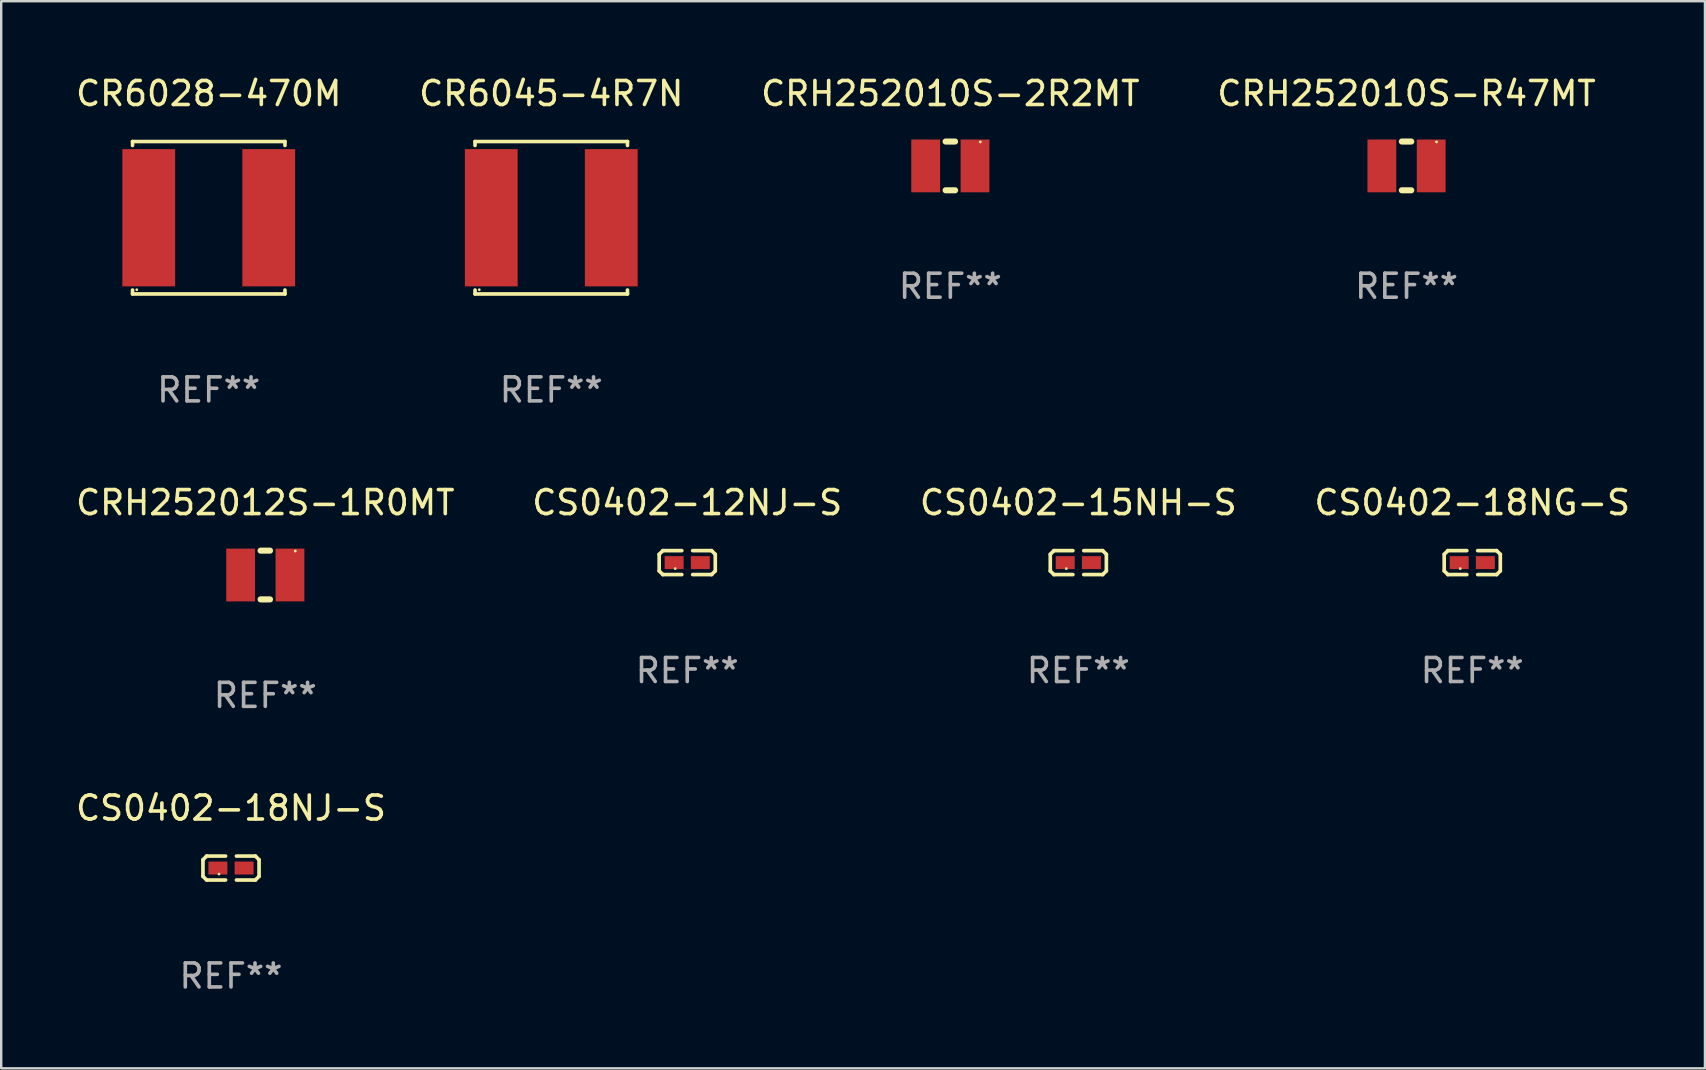
<source format=kicad_pcb>
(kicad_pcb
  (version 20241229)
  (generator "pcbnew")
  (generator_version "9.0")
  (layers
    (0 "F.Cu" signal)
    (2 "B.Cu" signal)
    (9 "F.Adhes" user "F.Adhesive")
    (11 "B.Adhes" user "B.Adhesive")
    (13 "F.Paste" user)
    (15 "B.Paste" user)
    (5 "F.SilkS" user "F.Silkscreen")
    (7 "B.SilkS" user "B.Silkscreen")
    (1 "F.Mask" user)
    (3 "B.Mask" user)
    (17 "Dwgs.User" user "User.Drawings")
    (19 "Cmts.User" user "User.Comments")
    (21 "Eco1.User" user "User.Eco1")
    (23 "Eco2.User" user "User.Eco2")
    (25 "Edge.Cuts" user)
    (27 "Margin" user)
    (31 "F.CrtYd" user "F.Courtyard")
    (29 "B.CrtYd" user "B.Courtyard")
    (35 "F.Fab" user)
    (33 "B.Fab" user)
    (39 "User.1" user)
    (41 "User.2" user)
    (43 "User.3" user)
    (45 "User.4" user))
  (footprint "CRH252010S-2R2MT"
    (layer "F.Cu")
    (at 36.554 3.864)
    (property "Reference" "CRH252010S-2R2MT" (at 0 -3.016 0) (layer "F.SilkS") (effects (font (size 1 1) (thickness 0.15))))
    (attr through_hole)
    (fp_line (start -0.197 1.016) (end 0.197 1.016) (stroke (width 0.254) (type solid)) (layer "F.SilkS"))
    (fp_line (start 0.197 -1.016) (end -0.197 -1.016) (stroke (width 0.254) (type solid)) (layer "F.SilkS"))
    (fp_circle (center 1.25 -1) (end 1.28 -1) (stroke (width 0.06) (type solid)) (fill no) (layer "F.SilkS"))
    (fp_text user "REF**" (at 0 5.016 0) (layer "F.Fab") (effects (font (size 1 1) (thickness 0.15))))
    (pad "1" smd rect (at 1.028 0) (size 1.2 2.2) (layers "F.Cu" "F.Mask" "F.Paste"))
    (pad "2" smd rect (at -1.028 0) (size 1.2 2.2) (layers "F.Cu" "F.Mask" "F.Paste")))
  (footprint "CR6045-4R7N"
    (layer "F.Cu")
    (at 19.923 6.024)
    (property "Reference" "CR6045-4R7N" (at 0 -5.176 0) (layer "F.SilkS") (effects (font (size 1 1) (thickness 0.15))))
    (attr through_hole)
    (fp_line (start -3.176 -3.176) (end 3.176 -3.176) (stroke (width 0.152) (type solid)) (layer "F.SilkS"))
    (fp_line (start -3.176 -3.012) (end -3.176 -3.176) (stroke (width 0.152) (type solid)) (layer "F.SilkS"))
    (fp_line (start -3.176 3.012) (end -3.176 3.176) (stroke (width 0.152) (type solid)) (layer "F.SilkS"))
    (fp_line (start -3.176 3.176) (end 3.176 3.176) (stroke (width 0.152) (type solid)) (layer "F.SilkS"))
    (fp_line (start 3.176 -3.176) (end 3.176 -3.012) (stroke (width 0.152) (type solid)) (layer "F.SilkS"))
    (fp_line (start 3.176 3.176) (end 3.176 3.012) (stroke (width 0.152) (type solid)) (layer "F.SilkS"))
    (fp_circle (center -3 3) (end -2.97 3) (stroke (width 0.06) (type solid)) (fill no) (layer "F.SilkS"))
    (fp_text user "REF**" (at 0 7.176 0) (layer "F.Fab") (effects (font (size 1 1) (thickness 0.15))))
    (pad "1" smd rect (at -2.5 0) (size 2.2 5.72) (layers "F.Cu" "F.Mask" "F.Paste"))
    (pad "2" smd rect (at 2.5 0) (size 2.2 5.72) (layers "F.Cu" "F.Mask" "F.Paste")))
  (footprint "CRH252012S-1R0MT"
    (layer "F.Cu")
    (at 8.006 20.913)
    (property "Reference" "CRH252012S-1R0MT" (at 0 -3.016 0) (layer "F.SilkS") (effects (font (size 1 1) (thickness 0.15))))
    (attr through_hole)
    (fp_line (start -0.197 1.016) (end 0.197 1.016) (stroke (width 0.254) (type solid)) (layer "F.SilkS"))
    (fp_line (start 0.197 -1.016) (end -0.197 -1.016) (stroke (width 0.254) (type solid)) (layer "F.SilkS"))
    (fp_circle (center 1.25 -1) (end 1.28 -1) (stroke (width 0.06) (type solid)) (fill no) (layer "F.SilkS"))
    (fp_text user "REF**" (at 0 5.016 0) (layer "F.Fab") (effects (font (size 1 1) (thickness 0.15))))
    (pad "1" smd rect (at 1.028 0) (size 1.2 2.2) (layers "F.Cu" "F.Mask" "F.Paste"))
    (pad "2" smd rect (at -1.028 0) (size 1.2 2.2) (layers "F.Cu" "F.Mask" "F.Paste")))
  (footprint "CS0402-15NH-S"
    (layer "F.Cu")
    (at 41.887 20.396)
    (property "Reference" "CS0402-15NH-S" (at 0 -2.499 0) (layer "F.SilkS") (effects (font (size 1 1) (thickness 0.15))))
    (attr through_hole)
    (fp_line (start -1.169 -0.346) (end -1.016 -0.499) (stroke (width 0.152) (type solid)) (layer "F.SilkS"))
    (fp_line (start -1.169 0.346) (end -1.169 -0.346) (stroke (width 0.152) (type solid)) (layer "F.SilkS"))
    (fp_line (start -1.016 -0.499) (end -0.226 -0.499) (stroke (width 0.152) (type solid)) (layer "F.SilkS"))
    (fp_line (start -1.016 0.499) (end -1.169 0.346) (stroke (width 0.152) (type solid)) (layer "F.SilkS"))
    (fp_line (start -0.226 0.499) (end -1.016 0.499) (stroke (width 0.152) (type solid)) (layer "F.SilkS"))
    (fp_line (start 0.226 0.499) (end 1.016 0.499) (stroke (width 0.152) (type solid)) (layer "F.SilkS"))
    (fp_line (start 1.016 -0.499) (end 0.226 -0.499) (stroke (width 0.152) (type solid)) (layer "F.SilkS"))
    (fp_line (start 1.016 0.499) (end 1.169 0.346) (stroke (width 0.152) (type solid)) (layer "F.SilkS"))
    (fp_line (start 1.169 -0.346) (end 1.016 -0.499) (stroke (width 0.152) (type solid)) (layer "F.SilkS"))
    (fp_line (start 1.169 0.346) (end 1.169 -0.346) (stroke (width 0.152) (type solid)) (layer "F.SilkS"))
    (fp_circle (center -0.5 0.25) (end -0.47 0.25) (stroke (width 0.06) (type solid)) (fill no) (layer "F.SilkS"))
    (fp_text user "REF**" (at 0 4.499 0) (layer "F.Fab") (effects (font (size 1 1) (thickness 0.15))))
    (pad "1" smd rect (at -0.545 0) (size 0.79 0.54) (layers "F.Cu" "F.Mask" "F.Paste"))
    (pad "2" smd rect (at 0.545 0) (size 0.79 0.54) (layers "F.Cu" "F.Mask" "F.Paste")))
  (footprint "CS0402-18NG-S"
    (layer "F.Cu")
    (at 58.304 20.396)
    (property "Reference" "CS0402-18NG-S" (at 0 -2.499 0) (layer "F.SilkS") (effects (font (size 1 1) (thickness 0.15))))
    (attr through_hole)
    (fp_line (start -1.169 -0.346) (end -1.016 -0.499) (stroke (width 0.152) (type solid)) (layer "F.SilkS"))
    (fp_line (start -1.169 0.346) (end -1.169 -0.346) (stroke (width 0.152) (type solid)) (layer "F.SilkS"))
    (fp_line (start -1.016 -0.499) (end -0.226 -0.499) (stroke (width 0.152) (type solid)) (layer "F.SilkS"))
    (fp_line (start -1.016 0.499) (end -1.169 0.346) (stroke (width 0.152) (type solid)) (layer "F.SilkS"))
    (fp_line (start -0.226 0.499) (end -1.016 0.499) (stroke (width 0.152) (type solid)) (layer "F.SilkS"))
    (fp_line (start 0.226 0.499) (end 1.016 0.499) (stroke (width 0.152) (type solid)) (layer "F.SilkS"))
    (fp_line (start 1.016 -0.499) (end 0.226 -0.499) (stroke (width 0.152) (type solid)) (layer "F.SilkS"))
    (fp_line (start 1.016 0.499) (end 1.169 0.346) (stroke (width 0.152) (type solid)) (layer "F.SilkS"))
    (fp_line (start 1.169 -0.346) (end 1.016 -0.499) (stroke (width 0.152) (type solid)) (layer "F.SilkS"))
    (fp_line (start 1.169 0.346) (end 1.169 -0.346) (stroke (width 0.152) (type solid)) (layer "F.SilkS"))
    (fp_circle (center -0.5 0.25) (end -0.47 0.25) (stroke (width 0.06) (type solid)) (fill no) (layer "F.SilkS"))
    (fp_text user "REF**" (at 0 4.499 0) (layer "F.Fab") (effects (font (size 1 1) (thickness 0.15))))
    (pad "1" smd rect (at -0.545 0) (size 0.79 0.54) (layers "F.Cu" "F.Mask" "F.Paste"))
    (pad "2" smd rect (at 0.545 0) (size 0.79 0.54) (layers "F.Cu" "F.Mask" "F.Paste")))
  (footprint "CS0402-18NJ-S"
    (layer "F.Cu")
    (at 6.577 33.124)
    (property "Reference" "CS0402-18NJ-S" (at 0 -2.499 0) (layer "F.SilkS") (effects (font (size 1 1) (thickness 0.15))))
    (attr through_hole)
    (fp_line (start -1.169 -0.346) (end -1.016 -0.499) (stroke (width 0.152) (type solid)) (layer "F.SilkS"))
    (fp_line (start -1.169 0.346) (end -1.169 -0.346) (stroke (width 0.152) (type solid)) (layer "F.SilkS"))
    (fp_line (start -1.016 -0.499) (end -0.226 -0.499) (stroke (width 0.152) (type solid)) (layer "F.SilkS"))
    (fp_line (start -1.016 0.499) (end -1.169 0.346) (stroke (width 0.152) (type solid)) (layer "F.SilkS"))
    (fp_line (start -0.226 0.499) (end -1.016 0.499) (stroke (width 0.152) (type solid)) (layer "F.SilkS"))
    (fp_line (start 0.226 0.499) (end 1.016 0.499) (stroke (width 0.152) (type solid)) (layer "F.SilkS"))
    (fp_line (start 1.016 -0.499) (end 0.226 -0.499) (stroke (width 0.152) (type solid)) (layer "F.SilkS"))
    (fp_line (start 1.016 0.499) (end 1.169 0.346) (stroke (width 0.152) (type solid)) (layer "F.SilkS"))
    (fp_line (start 1.169 -0.346) (end 1.016 -0.499) (stroke (width 0.152) (type solid)) (layer "F.SilkS"))
    (fp_line (start 1.169 0.346) (end 1.169 -0.346) (stroke (width 0.152) (type solid)) (layer "F.SilkS"))
    (fp_circle (center -0.5 0.25) (end -0.47 0.25) (stroke (width 0.06) (type solid)) (fill no) (layer "F.SilkS"))
    (fp_text user "REF**" (at 0 4.499 0) (layer "F.Fab") (effects (font (size 1 1) (thickness 0.15))))
    (pad "1" smd rect (at -0.545 0) (size 0.79 0.54) (layers "F.Cu" "F.Mask" "F.Paste"))
    (pad "2" smd rect (at 0.545 0) (size 0.79 0.54) (layers "F.Cu" "F.Mask" "F.Paste")))
  (footprint "CR6028-470M"
    (layer "F.Cu")
    (at 5.649 6.024)
    (property "Reference" "CR6028-470M" (at 0 -5.176 0) (layer "F.SilkS") (effects (font (size 1 1) (thickness 0.15))))
    (attr through_hole)
    (fp_line (start -3.176 -3.176) (end 3.176 -3.176) (stroke (width 0.152) (type solid)) (layer "F.SilkS"))
    (fp_line (start -3.176 -3.012) (end -3.176 -3.176) (stroke (width 0.152) (type solid)) (layer "F.SilkS"))
    (fp_line (start -3.176 3.012) (end -3.176 3.176) (stroke (width 0.152) (type solid)) (layer "F.SilkS"))
    (fp_line (start -3.176 3.176) (end 3.176 3.176) (stroke (width 0.152) (type solid)) (layer "F.SilkS"))
    (fp_line (start 3.176 -3.176) (end 3.176 -3.012) (stroke (width 0.152) (type solid)) (layer "F.SilkS"))
    (fp_line (start 3.176 3.176) (end 3.176 3.012) (stroke (width 0.152) (type solid)) (layer "F.SilkS"))
    (fp_circle (center -3 3) (end -2.97 3) (stroke (width 0.06) (type solid)) (fill no) (layer "F.SilkS"))
    (fp_text user "REF**" (at 0 7.176 0) (layer "F.Fab") (effects (font (size 1 1) (thickness 0.15))))
    (pad "1" smd rect (at -2.5 0) (size 2.2 5.72) (layers "F.Cu" "F.Mask" "F.Paste"))
    (pad "2" smd rect (at 2.5 0) (size 2.2 5.72) (layers "F.Cu" "F.Mask" "F.Paste")))
  (footprint "CRH252010S-R47MT"
    (layer "F.Cu")
    (at 55.565 3.864)
    (property "Reference" "CRH252010S-R47MT" (at 0 -3.016 0) (layer "F.SilkS") (effects (font (size 1 1) (thickness 0.15))))
    (attr through_hole)
    (fp_line (start -0.197 1.016) (end 0.197 1.016) (stroke (width 0.254) (type solid)) (layer "F.SilkS"))
    (fp_line (start 0.197 -1.016) (end -0.197 -1.016) (stroke (width 0.254) (type solid)) (layer "F.SilkS"))
    (fp_circle (center 1.25 -1) (end 1.28 -1) (stroke (width 0.06) (type solid)) (fill no) (layer "F.SilkS"))
    (fp_text user "REF**" (at 0 5.016 0) (layer "F.Fab") (effects (font (size 1 1) (thickness 0.15))))
    (pad "1" smd rect (at 1.028 0) (size 1.2 2.2) (layers "F.Cu" "F.Mask" "F.Paste"))
    (pad "2" smd rect (at -1.028 0) (size 1.2 2.2) (layers "F.Cu" "F.Mask" "F.Paste")))
  (footprint "CS0402-12NJ-S"
    (layer "F.Cu")
    (at 25.589 20.396)
    (property "Reference" "CS0402-12NJ-S" (at 0 -2.499 0) (layer "F.SilkS") (effects (font (size 1 1) (thickness 0.15))))
    (attr through_hole)
    (fp_line (start -1.169 -0.346) (end -1.016 -0.499) (stroke (width 0.152) (type solid)) (layer "F.SilkS"))
    (fp_line (start -1.169 0.346) (end -1.169 -0.346) (stroke (width 0.152) (type solid)) (layer "F.SilkS"))
    (fp_line (start -1.016 -0.499) (end -0.226 -0.499) (stroke (width 0.152) (type solid)) (layer "F.SilkS"))
    (fp_line (start -1.016 0.499) (end -1.169 0.346) (stroke (width 0.152) (type solid)) (layer "F.SilkS"))
    (fp_line (start -0.226 0.499) (end -1.016 0.499) (stroke (width 0.152) (type solid)) (layer "F.SilkS"))
    (fp_line (start 0.226 0.499) (end 1.016 0.499) (stroke (width 0.152) (type solid)) (layer "F.SilkS"))
    (fp_line (start 1.016 -0.499) (end 0.226 -0.499) (stroke (width 0.152) (type solid)) (layer "F.SilkS"))
    (fp_line (start 1.016 0.499) (end 1.169 0.346) (stroke (width 0.152) (type solid)) (layer "F.SilkS"))
    (fp_line (start 1.169 -0.346) (end 1.016 -0.499) (stroke (width 0.152) (type solid)) (layer "F.SilkS"))
    (fp_line (start 1.169 0.346) (end 1.169 -0.346) (stroke (width 0.152) (type solid)) (layer "F.SilkS"))
    (fp_circle (center -0.5 0.25) (end -0.47 0.25) (stroke (width 0.06) (type solid)) (fill no) (layer "F.SilkS"))
    (fp_text user "REF**" (at 0 4.499 0) (layer "F.Fab") (effects (font (size 1 1) (thickness 0.15))))
    (pad "1" smd rect (at -0.545 0) (size 0.79 0.54) (layers "F.Cu" "F.Mask" "F.Paste"))
    (pad "2" smd rect (at 0.545 0) (size 0.79 0.54) (layers "F.Cu" "F.Mask" "F.Paste")))
  (gr_rect
    (start -3 -3)
    (end 68 41.471)
    (stroke (width 0.1) (type default))
    (fill no)
    (layer "Edge.Cuts")))
</source>
